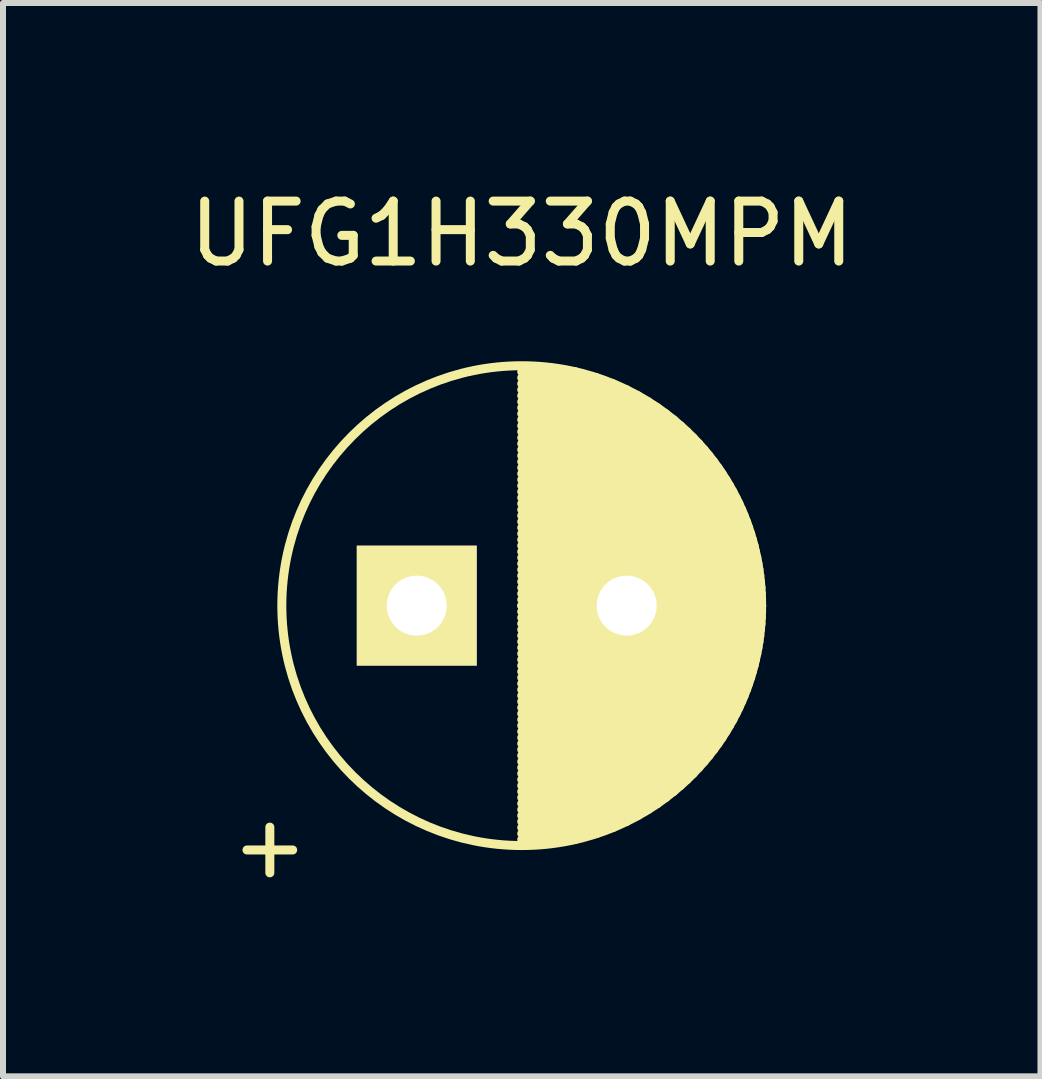
<source format=kicad_pcb>
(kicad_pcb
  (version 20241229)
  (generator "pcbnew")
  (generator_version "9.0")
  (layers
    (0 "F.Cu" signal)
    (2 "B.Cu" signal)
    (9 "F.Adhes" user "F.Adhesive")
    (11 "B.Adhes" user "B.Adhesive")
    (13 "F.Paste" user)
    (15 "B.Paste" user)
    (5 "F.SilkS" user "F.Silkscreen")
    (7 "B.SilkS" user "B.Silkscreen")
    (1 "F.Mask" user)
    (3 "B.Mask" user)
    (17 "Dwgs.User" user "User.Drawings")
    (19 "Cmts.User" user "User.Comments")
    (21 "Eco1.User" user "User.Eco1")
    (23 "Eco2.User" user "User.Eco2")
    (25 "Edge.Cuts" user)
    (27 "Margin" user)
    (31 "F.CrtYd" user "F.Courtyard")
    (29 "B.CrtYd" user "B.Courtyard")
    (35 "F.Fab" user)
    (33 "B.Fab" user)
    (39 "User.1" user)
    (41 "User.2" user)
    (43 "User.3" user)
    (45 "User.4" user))
  (footprint "UFG1H330MPM"
    (layer "F.Cu")
    (at 3.899 7.048)
    (property "Reference" "UFG1H330MPM" (at 1.75 -6.2 0) (layer "F.SilkS") (effects (font (size 1 1) (thickness 0.15))))
    (attr through_hole)
    (fp_line (start 1.75 -3.9) (end 2.639 -3.9) (stroke (width 0.15) (type solid)) (layer "F.SilkS"))
    (fp_line (start 1.75 -3.8) (end 2.999 -3.8) (stroke (width 0.15) (type solid)) (layer "F.SilkS"))
    (fp_line (start 1.75 -3.7) (end 3.27 -3.7) (stroke (width 0.15) (type solid)) (layer "F.SilkS"))
    (fp_line (start 1.75 -3.6) (end 3.494 -3.6) (stroke (width 0.15) (type solid)) (layer "F.SilkS"))
    (fp_line (start 1.75 -3.5) (end 3.686 -3.5) (stroke (width 0.15) (type solid)) (layer "F.SilkS"))
    (fp_line (start 1.75 -3.4) (end 3.857 -3.4) (stroke (width 0.15) (type solid)) (layer "F.SilkS"))
    (fp_line (start 1.75 -3.3) (end 4.011 -3.3) (stroke (width 0.15) (type solid)) (layer "F.SilkS"))
    (fp_line (start 1.75 -3.2) (end 4.15 -3.2) (stroke (width 0.15) (type solid)) (layer "F.SilkS"))
    (fp_line (start 1.75 -3.1) (end 4.278 -3.1) (stroke (width 0.15) (type solid)) (layer "F.SilkS"))
    (fp_line (start 1.75 -3) (end 4.396 -3) (stroke (width 0.15) (type solid)) (layer "F.SilkS"))
    (fp_line (start 1.75 -2.9) (end 4.505 -2.9) (stroke (width 0.15) (type solid)) (layer "F.SilkS"))
    (fp_line (start 1.75 -2.8) (end 4.607 -2.8) (stroke (width 0.15) (type solid)) (layer "F.SilkS"))
    (fp_line (start 1.75 -2.7) (end 4.701 -2.7) (stroke (width 0.15) (type solid)) (layer "F.SilkS"))
    (fp_line (start 1.75 -2.6) (end 4.79 -2.6) (stroke (width 0.15) (type solid)) (layer "F.SilkS"))
    (fp_line (start 1.75 -2.5) (end 4.872 -2.5) (stroke (width 0.15) (type solid)) (layer "F.SilkS"))
    (fp_line (start 1.75 -2.4) (end 4.95 -2.4) (stroke (width 0.15) (type solid)) (layer "F.SilkS"))
    (fp_line (start 1.75 -2.3) (end 5.023 -2.3) (stroke (width 0.15) (type solid)) (layer "F.SilkS"))
    (fp_line (start 1.75 -2.2) (end 5.091 -2.2) (stroke (width 0.15) (type solid)) (layer "F.SilkS"))
    (fp_line (start 1.75 -2.1) (end 5.154 -2.1) (stroke (width 0.15) (type solid)) (layer "F.SilkS"))
    (fp_line (start 1.75 -2) (end 5.214 -2) (stroke (width 0.15) (type solid)) (layer "F.SilkS"))
    (fp_line (start 1.75 -1.9) (end 5.27 -1.9) (stroke (width 0.15) (type solid)) (layer "F.SilkS"))
    (fp_line (start 1.75 -1.8) (end 5.322 -1.8) (stroke (width 0.15) (type solid)) (layer "F.SilkS"))
    (fp_line (start 1.75 -1.7) (end 5.371 -1.7) (stroke (width 0.15) (type solid)) (layer "F.SilkS"))
    (fp_line (start 1.75 -1.6) (end 5.416 -1.6) (stroke (width 0.15) (type solid)) (layer "F.SilkS"))
    (fp_line (start 1.75 -1.5) (end 5.458 -1.5) (stroke (width 0.15) (type solid)) (layer "F.SilkS"))
    (fp_line (start 1.75 -1.4) (end 5.497 -1.4) (stroke (width 0.15) (type solid)) (layer "F.SilkS"))
    (fp_line (start 1.75 -1.3) (end 5.533 -1.3) (stroke (width 0.15) (type solid)) (layer "F.SilkS"))
    (fp_line (start 1.75 -1.2) (end 5.566 -1.2) (stroke (width 0.15) (type solid)) (layer "F.SilkS"))
    (fp_line (start 1.75 -1.1) (end 5.596 -1.1) (stroke (width 0.15) (type solid)) (layer "F.SilkS"))
    (fp_line (start 1.75 -1) (end 5.623 -1) (stroke (width 0.15) (type solid)) (layer "F.SilkS"))
    (fp_line (start 1.75 -0.9) (end 5.647 -0.9) (stroke (width 0.15) (type solid)) (layer "F.SilkS"))
    (fp_line (start 1.75 -0.8) (end 5.669 -0.8) (stroke (width 0.15) (type solid)) (layer "F.SilkS"))
    (fp_line (start 1.75 -0.7) (end 5.688 -0.7) (stroke (width 0.15) (type solid)) (layer "F.SilkS"))
    (fp_line (start 1.75 -0.6) (end 5.705 -0.6) (stroke (width 0.15) (type solid)) (layer "F.SilkS"))
    (fp_line (start 1.75 -0.5) (end 5.719 -0.5) (stroke (width 0.15) (type solid)) (layer "F.SilkS"))
    (fp_line (start 1.75 -0.4) (end 5.73 -0.4) (stroke (width 0.15) (type solid)) (layer "F.SilkS"))
    (fp_line (start 1.75 -0.3) (end 5.739 -0.3) (stroke (width 0.15) (type solid)) (layer "F.SilkS"))
    (fp_line (start 1.75 -0.2) (end 5.745 -0.2) (stroke (width 0.15) (type solid)) (layer "F.SilkS"))
    (fp_line (start 1.75 -0.1) (end 5.749 -0.1) (stroke (width 0.15) (type solid)) (layer "F.SilkS"))
    (fp_line (start 1.75 0) (end 5.75 0) (stroke (width 0.15) (type solid)) (layer "F.SilkS"))
    (fp_line (start 1.75 0) (end 5.75 0) (stroke (width 0.15) (type solid)) (layer "F.SilkS"))
    (fp_line (start 1.75 0.1) (end 5.749 0.1) (stroke (width 0.15) (type solid)) (layer "F.SilkS"))
    (fp_line (start 1.75 0.2) (end 5.745 0.2) (stroke (width 0.15) (type solid)) (layer "F.SilkS"))
    (fp_line (start 1.75 0.3) (end 5.739 0.3) (stroke (width 0.15) (type solid)) (layer "F.SilkS"))
    (fp_line (start 1.75 0.4) (end 5.73 0.4) (stroke (width 0.15) (type solid)) (layer "F.SilkS"))
    (fp_line (start 1.75 0.5) (end 5.719 0.5) (stroke (width 0.15) (type solid)) (layer "F.SilkS"))
    (fp_line (start 1.75 0.6) (end 5.705 0.6) (stroke (width 0.15) (type solid)) (layer "F.SilkS"))
    (fp_line (start 1.75 0.7) (end 5.688 0.7) (stroke (width 0.15) (type solid)) (layer "F.SilkS"))
    (fp_line (start 1.75 0.8) (end 5.669 0.8) (stroke (width 0.15) (type solid)) (layer "F.SilkS"))
    (fp_line (start 1.75 0.9) (end 5.647 0.9) (stroke (width 0.15) (type solid)) (layer "F.SilkS"))
    (fp_line (start 1.75 1) (end 5.623 1) (stroke (width 0.15) (type solid)) (layer "F.SilkS"))
    (fp_line (start 1.75 1.1) (end 5.596 1.1) (stroke (width 0.15) (type solid)) (layer "F.SilkS"))
    (fp_line (start 1.75 1.2) (end 5.566 1.2) (stroke (width 0.15) (type solid)) (layer "F.SilkS"))
    (fp_line (start 1.75 1.3) (end 5.533 1.3) (stroke (width 0.15) (type solid)) (layer "F.SilkS"))
    (fp_line (start 1.75 1.4) (end 5.497 1.4) (stroke (width 0.15) (type solid)) (layer "F.SilkS"))
    (fp_line (start 1.75 1.5) (end 5.458 1.5) (stroke (width 0.15) (type solid)) (layer "F.SilkS"))
    (fp_line (start 1.75 1.6) (end 5.416 1.6) (stroke (width 0.15) (type solid)) (layer "F.SilkS"))
    (fp_line (start 1.75 1.7) (end 5.371 1.7) (stroke (width 0.15) (type solid)) (layer "F.SilkS"))
    (fp_line (start 1.75 1.8) (end 5.322 1.8) (stroke (width 0.15) (type solid)) (layer "F.SilkS"))
    (fp_line (start 1.75 1.9) (end 5.27 1.9) (stroke (width 0.15) (type solid)) (layer "F.SilkS"))
    (fp_line (start 1.75 2) (end 5.214 2) (stroke (width 0.15) (type solid)) (layer "F.SilkS"))
    (fp_line (start 1.75 2.1) (end 5.154 2.1) (stroke (width 0.15) (type solid)) (layer "F.SilkS"))
    (fp_line (start 1.75 2.2) (end 5.091 2.2) (stroke (width 0.15) (type solid)) (layer "F.SilkS"))
    (fp_line (start 1.75 2.3) (end 5.023 2.3) (stroke (width 0.15) (type solid)) (layer "F.SilkS"))
    (fp_line (start 1.75 2.4) (end 4.95 2.4) (stroke (width 0.15) (type solid)) (layer "F.SilkS"))
    (fp_line (start 1.75 2.5) (end 4.872 2.5) (stroke (width 0.15) (type solid)) (layer "F.SilkS"))
    (fp_line (start 1.75 2.6) (end 4.79 2.6) (stroke (width 0.15) (type solid)) (layer "F.SilkS"))
    (fp_line (start 1.75 2.7) (end 4.701 2.7) (stroke (width 0.15) (type solid)) (layer "F.SilkS"))
    (fp_line (start 1.75 2.8) (end 4.607 2.8) (stroke (width 0.15) (type solid)) (layer "F.SilkS"))
    (fp_line (start 1.75 2.9) (end 4.505 2.9) (stroke (width 0.15) (type solid)) (layer "F.SilkS"))
    (fp_line (start 1.75 3) (end 4.396 3) (stroke (width 0.15) (type solid)) (layer "F.SilkS"))
    (fp_line (start 1.75 3.1) (end 4.278 3.1) (stroke (width 0.15) (type solid)) (layer "F.SilkS"))
    (fp_line (start 1.75 3.2) (end 4.15 3.2) (stroke (width 0.15) (type solid)) (layer "F.SilkS"))
    (fp_line (start 1.75 3.3) (end 4.011 3.3) (stroke (width 0.15) (type solid)) (layer "F.SilkS"))
    (fp_line (start 1.75 3.4) (end 3.857 3.4) (stroke (width 0.15) (type solid)) (layer "F.SilkS"))
    (fp_line (start 1.75 3.5) (end 3.686 3.5) (stroke (width 0.15) (type solid)) (layer "F.SilkS"))
    (fp_line (start 1.75 3.6) (end 3.494 3.6) (stroke (width 0.15) (type solid)) (layer "F.SilkS"))
    (fp_line (start 1.75 3.7) (end 3.27 3.7) (stroke (width 0.15) (type solid)) (layer "F.SilkS"))
    (fp_line (start 1.75 3.8) (end 2.999 3.8) (stroke (width 0.15) (type solid)) (layer "F.SilkS"))
    (fp_line (start 1.75 3.9) (end 2.639 3.9) (stroke (width 0.15) (type solid)) (layer "F.SilkS"))
    (fp_circle (center 1.75 0) (end 1.75 -4) (stroke (width 0.15) (type solid)) (fill no) (layer "F.SilkS"))
    (fp_text user "+" (at -2.45 4 0) (layer "F.SilkS") (effects (font (size 1 1) (thickness 0.15))))
    (pad "1" thru_hole rect (at 0 0) (size 2 2) (drill 1) (layers "*.Cu" "*.Mask" "F.SilkS"))
    (pad "2" thru_hole circle (at 3.5 0) (size 2 2) (drill 1) (layers "*.Cu" "*.Mask" "F.SilkS")))
  (gr_rect
    (start -3 -3)
    (end 14.298 14.896)
    (stroke (width 0.1) (type default))
    (fill no)
    (layer "Edge.Cuts")))
</source>
